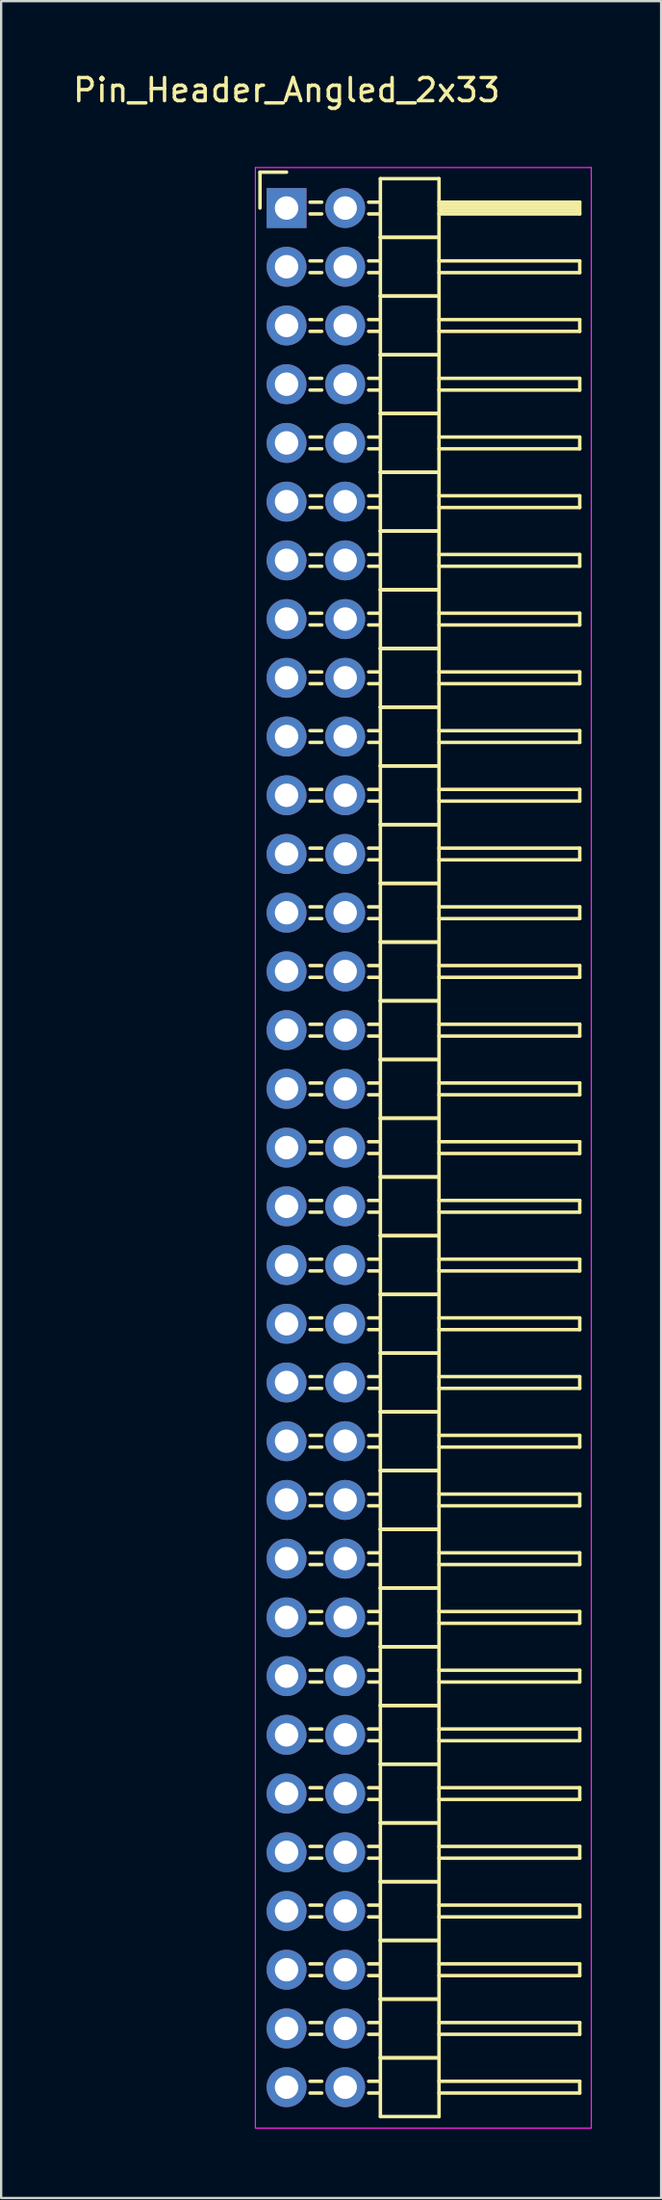
<source format=kicad_pcb>
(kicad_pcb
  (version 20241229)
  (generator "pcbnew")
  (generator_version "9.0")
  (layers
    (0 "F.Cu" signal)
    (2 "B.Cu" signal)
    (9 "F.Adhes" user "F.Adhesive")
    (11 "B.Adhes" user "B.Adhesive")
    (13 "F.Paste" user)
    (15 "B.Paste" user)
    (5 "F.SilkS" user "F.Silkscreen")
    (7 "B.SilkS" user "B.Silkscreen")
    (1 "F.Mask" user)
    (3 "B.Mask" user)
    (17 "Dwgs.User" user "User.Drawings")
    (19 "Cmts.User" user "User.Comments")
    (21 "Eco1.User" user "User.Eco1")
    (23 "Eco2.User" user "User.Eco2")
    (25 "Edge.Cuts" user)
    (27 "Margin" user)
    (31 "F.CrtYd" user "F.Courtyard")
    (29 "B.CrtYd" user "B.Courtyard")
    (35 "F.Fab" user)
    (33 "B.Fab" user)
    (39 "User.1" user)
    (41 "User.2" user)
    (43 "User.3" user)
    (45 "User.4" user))
  (footprint "Pin_Header_Angled_2x33"
    (layer "F.Cu")
    (at 9.363 5.948)
    (property "Reference" "Pin_Header_Angled_2x33" (at 0 -5.1 0) (layer "F.SilkS") (effects (font (size 1 1) (thickness 0.15))))
    (attr through_hole)
    (fp_line (start -1.15 -1.55) (end -1.15 0) (stroke (width 0.15) (type solid)) (layer "F.SilkS"))
    (fp_line (start 0 -1.55) (end -1.15 -1.55) (stroke (width 0.15) (type solid)) (layer "F.SilkS"))
    (fp_line (start 1.524 -0.254) (end 1.016 -0.254) (stroke (width 0.15) (type solid)) (layer "F.SilkS"))
    (fp_line (start 1.524 0.254) (end 1.016 0.254) (stroke (width 0.15) (type solid)) (layer "F.SilkS"))
    (fp_line (start 1.524 2.286) (end 1.016 2.286) (stroke (width 0.15) (type solid)) (layer "F.SilkS"))
    (fp_line (start 1.524 2.794) (end 1.016 2.794) (stroke (width 0.15) (type solid)) (layer "F.SilkS"))
    (fp_line (start 1.524 4.826) (end 1.016 4.826) (stroke (width 0.15) (type solid)) (layer "F.SilkS"))
    (fp_line (start 1.524 5.334) (end 1.016 5.334) (stroke (width 0.15) (type solid)) (layer "F.SilkS"))
    (fp_line (start 1.524 7.366) (end 1.016 7.366) (stroke (width 0.15) (type solid)) (layer "F.SilkS"))
    (fp_line (start 1.524 7.874) (end 1.016 7.874) (stroke (width 0.15) (type solid)) (layer "F.SilkS"))
    (fp_line (start 1.524 9.906) (end 1.016 9.906) (stroke (width 0.15) (type solid)) (layer "F.SilkS"))
    (fp_line (start 1.524 10.414) (end 1.016 10.414) (stroke (width 0.15) (type solid)) (layer "F.SilkS"))
    (fp_line (start 1.524 12.446) (end 1.016 12.446) (stroke (width 0.15) (type solid)) (layer "F.SilkS"))
    (fp_line (start 1.524 12.954) (end 1.016 12.954) (stroke (width 0.15) (type solid)) (layer "F.SilkS"))
    (fp_line (start 1.524 14.986) (end 1.016 14.986) (stroke (width 0.15) (type solid)) (layer "F.SilkS"))
    (fp_line (start 1.524 15.494) (end 1.016 15.494) (stroke (width 0.15) (type solid)) (layer "F.SilkS"))
    (fp_line (start 1.524 17.526) (end 1.016 17.526) (stroke (width 0.15) (type solid)) (layer "F.SilkS"))
    (fp_line (start 1.524 18.034) (end 1.016 18.034) (stroke (width 0.15) (type solid)) (layer "F.SilkS"))
    (fp_line (start 1.524 20.066) (end 1.016 20.066) (stroke (width 0.15) (type solid)) (layer "F.SilkS"))
    (fp_line (start 1.524 20.574) (end 1.016 20.574) (stroke (width 0.15) (type solid)) (layer "F.SilkS"))
    (fp_line (start 1.524 22.606) (end 1.016 22.606) (stroke (width 0.15) (type solid)) (layer "F.SilkS"))
    (fp_line (start 1.524 23.114) (end 1.016 23.114) (stroke (width 0.15) (type solid)) (layer "F.SilkS"))
    (fp_line (start 1.524 25.146) (end 1.016 25.146) (stroke (width 0.15) (type solid)) (layer "F.SilkS"))
    (fp_line (start 1.524 25.654) (end 1.016 25.654) (stroke (width 0.15) (type solid)) (layer "F.SilkS"))
    (fp_line (start 1.524 27.686) (end 1.016 27.686) (stroke (width 0.15) (type solid)) (layer "F.SilkS"))
    (fp_line (start 1.524 28.194) (end 1.016 28.194) (stroke (width 0.15) (type solid)) (layer "F.SilkS"))
    (fp_line (start 1.524 30.226) (end 1.016 30.226) (stroke (width 0.15) (type solid)) (layer "F.SilkS"))
    (fp_line (start 1.524 30.734) (end 1.016 30.734) (stroke (width 0.15) (type solid)) (layer "F.SilkS"))
    (fp_line (start 1.524 32.766) (end 1.016 32.766) (stroke (width 0.15) (type solid)) (layer "F.SilkS"))
    (fp_line (start 1.524 33.274) (end 1.016 33.274) (stroke (width 0.15) (type solid)) (layer "F.SilkS"))
    (fp_line (start 1.524 35.306) (end 1.016 35.306) (stroke (width 0.15) (type solid)) (layer "F.SilkS"))
    (fp_line (start 1.524 35.814) (end 1.016 35.814) (stroke (width 0.15) (type solid)) (layer "F.SilkS"))
    (fp_line (start 1.524 37.846) (end 1.016 37.846) (stroke (width 0.15) (type solid)) (layer "F.SilkS"))
    (fp_line (start 1.524 38.354) (end 1.016 38.354) (stroke (width 0.15) (type solid)) (layer "F.SilkS"))
    (fp_line (start 1.524 40.386) (end 1.016 40.386) (stroke (width 0.15) (type solid)) (layer "F.SilkS"))
    (fp_line (start 1.524 40.894) (end 1.016 40.894) (stroke (width 0.15) (type solid)) (layer "F.SilkS"))
    (fp_line (start 1.524 42.926) (end 1.016 42.926) (stroke (width 0.15) (type solid)) (layer "F.SilkS"))
    (fp_line (start 1.524 43.434) (end 1.016 43.434) (stroke (width 0.15) (type solid)) (layer "F.SilkS"))
    (fp_line (start 1.524 45.466) (end 1.016 45.466) (stroke (width 0.15) (type solid)) (layer "F.SilkS"))
    (fp_line (start 1.524 45.974) (end 1.016 45.974) (stroke (width 0.15) (type solid)) (layer "F.SilkS"))
    (fp_line (start 1.524 48.006) (end 1.016 48.006) (stroke (width 0.15) (type solid)) (layer "F.SilkS"))
    (fp_line (start 1.524 48.514) (end 1.016 48.514) (stroke (width 0.15) (type solid)) (layer "F.SilkS"))
    (fp_line (start 1.524 50.546) (end 1.016 50.546) (stroke (width 0.15) (type solid)) (layer "F.SilkS"))
    (fp_line (start 1.524 51.054) (end 1.016 51.054) (stroke (width 0.15) (type solid)) (layer "F.SilkS"))
    (fp_line (start 1.524 53.086) (end 1.016 53.086) (stroke (width 0.15) (type solid)) (layer "F.SilkS"))
    (fp_line (start 1.524 53.594) (end 1.016 53.594) (stroke (width 0.15) (type solid)) (layer "F.SilkS"))
    (fp_line (start 1.524 55.626) (end 1.016 55.626) (stroke (width 0.15) (type solid)) (layer "F.SilkS"))
    (fp_line (start 1.524 56.134) (end 1.016 56.134) (stroke (width 0.15) (type solid)) (layer "F.SilkS"))
    (fp_line (start 1.524 58.166) (end 1.016 58.166) (stroke (width 0.15) (type solid)) (layer "F.SilkS"))
    (fp_line (start 1.524 58.674) (end 1.016 58.674) (stroke (width 0.15) (type solid)) (layer "F.SilkS"))
    (fp_line (start 1.524 60.706) (end 1.016 60.706) (stroke (width 0.15) (type solid)) (layer "F.SilkS"))
    (fp_line (start 1.524 61.214) (end 1.016 61.214) (stroke (width 0.15) (type solid)) (layer "F.SilkS"))
    (fp_line (start 1.524 63.246) (end 1.016 63.246) (stroke (width 0.15) (type solid)) (layer "F.SilkS"))
    (fp_line (start 1.524 63.754) (end 1.016 63.754) (stroke (width 0.15) (type solid)) (layer "F.SilkS"))
    (fp_line (start 1.524 65.786) (end 1.016 65.786) (stroke (width 0.15) (type solid)) (layer "F.SilkS"))
    (fp_line (start 1.524 66.294) (end 1.016 66.294) (stroke (width 0.15) (type solid)) (layer "F.SilkS"))
    (fp_line (start 1.524 68.326) (end 1.016 68.326) (stroke (width 0.15) (type solid)) (layer "F.SilkS"))
    (fp_line (start 1.524 68.834) (end 1.016 68.834) (stroke (width 0.15) (type solid)) (layer "F.SilkS"))
    (fp_line (start 1.524 70.866) (end 1.016 70.866) (stroke (width 0.15) (type solid)) (layer "F.SilkS"))
    (fp_line (start 1.524 71.374) (end 1.016 71.374) (stroke (width 0.15) (type solid)) (layer "F.SilkS"))
    (fp_line (start 1.524 73.406) (end 1.016 73.406) (stroke (width 0.15) (type solid)) (layer "F.SilkS"))
    (fp_line (start 1.524 73.914) (end 1.016 73.914) (stroke (width 0.15) (type solid)) (layer "F.SilkS"))
    (fp_line (start 1.524 75.946) (end 1.016 75.946) (stroke (width 0.15) (type solid)) (layer "F.SilkS"))
    (fp_line (start 1.524 76.454) (end 1.016 76.454) (stroke (width 0.15) (type solid)) (layer "F.SilkS"))
    (fp_line (start 1.524 78.486) (end 1.016 78.486) (stroke (width 0.15) (type solid)) (layer "F.SilkS"))
    (fp_line (start 1.524 78.994) (end 1.016 78.994) (stroke (width 0.15) (type solid)) (layer "F.SilkS"))
    (fp_line (start 1.524 81.026) (end 1.016 81.026) (stroke (width 0.15) (type solid)) (layer "F.SilkS"))
    (fp_line (start 1.524 81.534) (end 1.016 81.534) (stroke (width 0.15) (type solid)) (layer "F.SilkS"))
    (fp_line (start 4.064 -1.27) (end 4.064 1.27) (stroke (width 0.15) (type solid)) (layer "F.SilkS"))
    (fp_line (start 4.064 -1.27) (end 6.604 -1.27) (stroke (width 0.15) (type solid)) (layer "F.SilkS"))
    (fp_line (start 4.064 -0.254) (end 3.556 -0.254) (stroke (width 0.15) (type solid)) (layer "F.SilkS"))
    (fp_line (start 4.064 0.254) (end 3.556 0.254) (stroke (width 0.15) (type solid)) (layer "F.SilkS"))
    (fp_line (start 4.064 1.27) (end 4.064 3.81) (stroke (width 0.15) (type solid)) (layer "F.SilkS"))
    (fp_line (start 4.064 1.27) (end 6.604 1.27) (stroke (width 0.15) (type solid)) (layer "F.SilkS"))
    (fp_line (start 4.064 1.27) (end 6.604 1.27) (stroke (width 0.15) (type solid)) (layer "F.SilkS"))
    (fp_line (start 4.064 2.286) (end 3.556 2.286) (stroke (width 0.15) (type solid)) (layer "F.SilkS"))
    (fp_line (start 4.064 2.794) (end 3.556 2.794) (stroke (width 0.15) (type solid)) (layer "F.SilkS"))
    (fp_line (start 4.064 3.81) (end 4.064 6.35) (stroke (width 0.15) (type solid)) (layer "F.SilkS"))
    (fp_line (start 4.064 3.81) (end 6.604 3.81) (stroke (width 0.15) (type solid)) (layer "F.SilkS"))
    (fp_line (start 4.064 3.81) (end 6.604 3.81) (stroke (width 0.15) (type solid)) (layer "F.SilkS"))
    (fp_line (start 4.064 4.826) (end 3.556 4.826) (stroke (width 0.15) (type solid)) (layer "F.SilkS"))
    (fp_line (start 4.064 5.334) (end 3.556 5.334) (stroke (width 0.15) (type solid)) (layer "F.SilkS"))
    (fp_line (start 4.064 6.35) (end 4.064 8.89) (stroke (width 0.15) (type solid)) (layer "F.SilkS"))
    (fp_line (start 4.064 6.35) (end 6.604 6.35) (stroke (width 0.15) (type solid)) (layer "F.SilkS"))
    (fp_line (start 4.064 6.35) (end 6.604 6.35) (stroke (width 0.15) (type solid)) (layer "F.SilkS"))
    (fp_line (start 4.064 7.366) (end 3.556 7.366) (stroke (width 0.15) (type solid)) (layer "F.SilkS"))
    (fp_line (start 4.064 7.874) (end 3.556 7.874) (stroke (width 0.15) (type solid)) (layer "F.SilkS"))
    (fp_line (start 4.064 8.89) (end 4.064 11.43) (stroke (width 0.15) (type solid)) (layer "F.SilkS"))
    (fp_line (start 4.064 8.89) (end 6.604 8.89) (stroke (width 0.15) (type solid)) (layer "F.SilkS"))
    (fp_line (start 4.064 8.89) (end 6.604 8.89) (stroke (width 0.15) (type solid)) (layer "F.SilkS"))
    (fp_line (start 4.064 9.906) (end 3.556 9.906) (stroke (width 0.15) (type solid)) (layer "F.SilkS"))
    (fp_line (start 4.064 10.414) (end 3.556 10.414) (stroke (width 0.15) (type solid)) (layer "F.SilkS"))
    (fp_line (start 4.064 11.43) (end 4.064 13.97) (stroke (width 0.15) (type solid)) (layer "F.SilkS"))
    (fp_line (start 4.064 11.43) (end 6.604 11.43) (stroke (width 0.15) (type solid)) (layer "F.SilkS"))
    (fp_line (start 4.064 11.43) (end 6.604 11.43) (stroke (width 0.15) (type solid)) (layer "F.SilkS"))
    (fp_line (start 4.064 12.446) (end 3.556 12.446) (stroke (width 0.15) (type solid)) (layer "F.SilkS"))
    (fp_line (start 4.064 12.954) (end 3.556 12.954) (stroke (width 0.15) (type solid)) (layer "F.SilkS"))
    (fp_line (start 4.064 13.97) (end 4.064 16.51) (stroke (width 0.15) (type solid)) (layer "F.SilkS"))
    (fp_line (start 4.064 13.97) (end 6.604 13.97) (stroke (width 0.15) (type solid)) (layer "F.SilkS"))
    (fp_line (start 4.064 13.97) (end 6.604 13.97) (stroke (width 0.15) (type solid)) (layer "F.SilkS"))
    (fp_line (start 4.064 14.986) (end 3.556 14.986) (stroke (width 0.15) (type solid)) (layer "F.SilkS"))
    (fp_line (start 4.064 15.494) (end 3.556 15.494) (stroke (width 0.15) (type solid)) (layer "F.SilkS"))
    (fp_line (start 4.064 16.51) (end 4.064 19.05) (stroke (width 0.15) (type solid)) (layer "F.SilkS"))
    (fp_line (start 4.064 16.51) (end 6.604 16.51) (stroke (width 0.15) (type solid)) (layer "F.SilkS"))
    (fp_line (start 4.064 16.51) (end 6.604 16.51) (stroke (width 0.15) (type solid)) (layer "F.SilkS"))
    (fp_line (start 4.064 17.526) (end 3.556 17.526) (stroke (width 0.15) (type solid)) (layer "F.SilkS"))
    (fp_line (start 4.064 18.034) (end 3.556 18.034) (stroke (width 0.15) (type solid)) (layer "F.SilkS"))
    (fp_line (start 4.064 19.05) (end 4.064 21.59) (stroke (width 0.15) (type solid)) (layer "F.SilkS"))
    (fp_line (start 4.064 19.05) (end 6.604 19.05) (stroke (width 0.15) (type solid)) (layer "F.SilkS"))
    (fp_line (start 4.064 19.05) (end 6.604 19.05) (stroke (width 0.15) (type solid)) (layer "F.SilkS"))
    (fp_line (start 4.064 20.066) (end 3.556 20.066) (stroke (width 0.15) (type solid)) (layer "F.SilkS"))
    (fp_line (start 4.064 20.574) (end 3.556 20.574) (stroke (width 0.15) (type solid)) (layer "F.SilkS"))
    (fp_line (start 4.064 21.59) (end 4.064 24.13) (stroke (width 0.15) (type solid)) (layer "F.SilkS"))
    (fp_line (start 4.064 21.59) (end 6.604 21.59) (stroke (width 0.15) (type solid)) (layer "F.SilkS"))
    (fp_line (start 4.064 21.59) (end 6.604 21.59) (stroke (width 0.15) (type solid)) (layer "F.SilkS"))
    (fp_line (start 4.064 22.606) (end 3.556 22.606) (stroke (width 0.15) (type solid)) (layer "F.SilkS"))
    (fp_line (start 4.064 23.114) (end 3.556 23.114) (stroke (width 0.15) (type solid)) (layer "F.SilkS"))
    (fp_line (start 4.064 24.13) (end 4.064 26.67) (stroke (width 0.15) (type solid)) (layer "F.SilkS"))
    (fp_line (start 4.064 24.13) (end 6.604 24.13) (stroke (width 0.15) (type solid)) (layer "F.SilkS"))
    (fp_line (start 4.064 24.13) (end 6.604 24.13) (stroke (width 0.15) (type solid)) (layer "F.SilkS"))
    (fp_line (start 4.064 25.146) (end 3.556 25.146) (stroke (width 0.15) (type solid)) (layer "F.SilkS"))
    (fp_line (start 4.064 25.654) (end 3.556 25.654) (stroke (width 0.15) (type solid)) (layer "F.SilkS"))
    (fp_line (start 4.064 26.67) (end 4.064 29.21) (stroke (width 0.15) (type solid)) (layer "F.SilkS"))
    (fp_line (start 4.064 26.67) (end 6.604 26.67) (stroke (width 0.15) (type solid)) (layer "F.SilkS"))
    (fp_line (start 4.064 26.67) (end 6.604 26.67) (stroke (width 0.15) (type solid)) (layer "F.SilkS"))
    (fp_line (start 4.064 27.686) (end 3.556 27.686) (stroke (width 0.15) (type solid)) (layer "F.SilkS"))
    (fp_line (start 4.064 28.194) (end 3.556 28.194) (stroke (width 0.15) (type solid)) (layer "F.SilkS"))
    (fp_line (start 4.064 29.21) (end 4.064 31.75) (stroke (width 0.15) (type solid)) (layer "F.SilkS"))
    (fp_line (start 4.064 29.21) (end 6.604 29.21) (stroke (width 0.15) (type solid)) (layer "F.SilkS"))
    (fp_line (start 4.064 29.21) (end 6.604 29.21) (stroke (width 0.15) (type solid)) (layer "F.SilkS"))
    (fp_line (start 4.064 30.226) (end 3.556 30.226) (stroke (width 0.15) (type solid)) (layer "F.SilkS"))
    (fp_line (start 4.064 30.734) (end 3.556 30.734) (stroke (width 0.15) (type solid)) (layer "F.SilkS"))
    (fp_line (start 4.064 31.75) (end 4.064 34.29) (stroke (width 0.15) (type solid)) (layer "F.SilkS"))
    (fp_line (start 4.064 31.75) (end 6.604 31.75) (stroke (width 0.15) (type solid)) (layer "F.SilkS"))
    (fp_line (start 4.064 31.75) (end 6.604 31.75) (stroke (width 0.15) (type solid)) (layer "F.SilkS"))
    (fp_line (start 4.064 32.766) (end 3.556 32.766) (stroke (width 0.15) (type solid)) (layer "F.SilkS"))
    (fp_line (start 4.064 33.274) (end 3.556 33.274) (stroke (width 0.15) (type solid)) (layer "F.SilkS"))
    (fp_line (start 4.064 34.29) (end 4.064 36.83) (stroke (width 0.15) (type solid)) (layer "F.SilkS"))
    (fp_line (start 4.064 34.29) (end 6.604 34.29) (stroke (width 0.15) (type solid)) (layer "F.SilkS"))
    (fp_line (start 4.064 34.29) (end 6.604 34.29) (stroke (width 0.15) (type solid)) (layer "F.SilkS"))
    (fp_line (start 4.064 35.306) (end 3.556 35.306) (stroke (width 0.15) (type solid)) (layer "F.SilkS"))
    (fp_line (start 4.064 35.814) (end 3.556 35.814) (stroke (width 0.15) (type solid)) (layer "F.SilkS"))
    (fp_line (start 4.064 36.83) (end 4.064 39.37) (stroke (width 0.15) (type solid)) (layer "F.SilkS"))
    (fp_line (start 4.064 36.83) (end 6.604 36.83) (stroke (width 0.15) (type solid)) (layer "F.SilkS"))
    (fp_line (start 4.064 36.83) (end 6.604 36.83) (stroke (width 0.15) (type solid)) (layer "F.SilkS"))
    (fp_line (start 4.064 37.846) (end 3.556 37.846) (stroke (width 0.15) (type solid)) (layer "F.SilkS"))
    (fp_line (start 4.064 38.354) (end 3.556 38.354) (stroke (width 0.15) (type solid)) (layer "F.SilkS"))
    (fp_line (start 4.064 39.37) (end 4.064 41.91) (stroke (width 0.15) (type solid)) (layer "F.SilkS"))
    (fp_line (start 4.064 39.37) (end 6.604 39.37) (stroke (width 0.15) (type solid)) (layer "F.SilkS"))
    (fp_line (start 4.064 39.37) (end 6.604 39.37) (stroke (width 0.15) (type solid)) (layer "F.SilkS"))
    (fp_line (start 4.064 40.386) (end 3.556 40.386) (stroke (width 0.15) (type solid)) (layer "F.SilkS"))
    (fp_line (start 4.064 40.894) (end 3.556 40.894) (stroke (width 0.15) (type solid)) (layer "F.SilkS"))
    (fp_line (start 4.064 41.91) (end 4.064 44.45) (stroke (width 0.15) (type solid)) (layer "F.SilkS"))
    (fp_line (start 4.064 41.91) (end 6.604 41.91) (stroke (width 0.15) (type solid)) (layer "F.SilkS"))
    (fp_line (start 4.064 41.91) (end 6.604 41.91) (stroke (width 0.15) (type solid)) (layer "F.SilkS"))
    (fp_line (start 4.064 42.926) (end 3.556 42.926) (stroke (width 0.15) (type solid)) (layer "F.SilkS"))
    (fp_line (start 4.064 43.434) (end 3.556 43.434) (stroke (width 0.15) (type solid)) (layer "F.SilkS"))
    (fp_line (start 4.064 44.45) (end 4.064 46.99) (stroke (width 0.15) (type solid)) (layer "F.SilkS"))
    (fp_line (start 4.064 44.45) (end 6.604 44.45) (stroke (width 0.15) (type solid)) (layer "F.SilkS"))
    (fp_line (start 4.064 44.45) (end 6.604 44.45) (stroke (width 0.15) (type solid)) (layer "F.SilkS"))
    (fp_line (start 4.064 45.466) (end 3.556 45.466) (stroke (width 0.15) (type solid)) (layer "F.SilkS"))
    (fp_line (start 4.064 45.974) (end 3.556 45.974) (stroke (width 0.15) (type solid)) (layer "F.SilkS"))
    (fp_line (start 4.064 46.99) (end 4.064 49.53) (stroke (width 0.15) (type solid)) (layer "F.SilkS"))
    (fp_line (start 4.064 46.99) (end 6.604 46.99) (stroke (width 0.15) (type solid)) (layer "F.SilkS"))
    (fp_line (start 4.064 46.99) (end 6.604 46.99) (stroke (width 0.15) (type solid)) (layer "F.SilkS"))
    (fp_line (start 4.064 48.006) (end 3.556 48.006) (stroke (width 0.15) (type solid)) (layer "F.SilkS"))
    (fp_line (start 4.064 48.514) (end 3.556 48.514) (stroke (width 0.15) (type solid)) (layer "F.SilkS"))
    (fp_line (start 4.064 49.53) (end 4.064 52.07) (stroke (width 0.15) (type solid)) (layer "F.SilkS"))
    (fp_line (start 4.064 49.53) (end 6.604 49.53) (stroke (width 0.15) (type solid)) (layer "F.SilkS"))
    (fp_line (start 4.064 49.53) (end 6.604 49.53) (stroke (width 0.15) (type solid)) (layer "F.SilkS"))
    (fp_line (start 4.064 50.546) (end 3.556 50.546) (stroke (width 0.15) (type solid)) (layer "F.SilkS"))
    (fp_line (start 4.064 51.054) (end 3.556 51.054) (stroke (width 0.15) (type solid)) (layer "F.SilkS"))
    (fp_line (start 4.064 52.07) (end 4.064 54.61) (stroke (width 0.15) (type solid)) (layer "F.SilkS"))
    (fp_line (start 4.064 52.07) (end 6.604 52.07) (stroke (width 0.15) (type solid)) (layer "F.SilkS"))
    (fp_line (start 4.064 52.07) (end 6.604 52.07) (stroke (width 0.15) (type solid)) (layer "F.SilkS"))
    (fp_line (start 4.064 53.086) (end 3.556 53.086) (stroke (width 0.15) (type solid)) (layer "F.SilkS"))
    (fp_line (start 4.064 53.594) (end 3.556 53.594) (stroke (width 0.15) (type solid)) (layer "F.SilkS"))
    (fp_line (start 4.064 54.61) (end 4.064 57.15) (stroke (width 0.15) (type solid)) (layer "F.SilkS"))
    (fp_line (start 4.064 54.61) (end 6.604 54.61) (stroke (width 0.15) (type solid)) (layer "F.SilkS"))
    (fp_line (start 4.064 54.61) (end 6.604 54.61) (stroke (width 0.15) (type solid)) (layer "F.SilkS"))
    (fp_line (start 4.064 55.626) (end 3.556 55.626) (stroke (width 0.15) (type solid)) (layer "F.SilkS"))
    (fp_line (start 4.064 56.134) (end 3.556 56.134) (stroke (width 0.15) (type solid)) (layer "F.SilkS"))
    (fp_line (start 4.064 57.15) (end 4.064 59.69) (stroke (width 0.15) (type solid)) (layer "F.SilkS"))
    (fp_line (start 4.064 57.15) (end 6.604 57.15) (stroke (width 0.15) (type solid)) (layer "F.SilkS"))
    (fp_line (start 4.064 57.15) (end 6.604 57.15) (stroke (width 0.15) (type solid)) (layer "F.SilkS"))
    (fp_line (start 4.064 58.166) (end 3.556 58.166) (stroke (width 0.15) (type solid)) (layer "F.SilkS"))
    (fp_line (start 4.064 58.674) (end 3.556 58.674) (stroke (width 0.15) (type solid)) (layer "F.SilkS"))
    (fp_line (start 4.064 59.69) (end 4.064 62.23) (stroke (width 0.15) (type solid)) (layer "F.SilkS"))
    (fp_line (start 4.064 59.69) (end 6.604 59.69) (stroke (width 0.15) (type solid)) (layer "F.SilkS"))
    (fp_line (start 4.064 59.69) (end 6.604 59.69) (stroke (width 0.15) (type solid)) (layer "F.SilkS"))
    (fp_line (start 4.064 60.706) (end 3.556 60.706) (stroke (width 0.15) (type solid)) (layer "F.SilkS"))
    (fp_line (start 4.064 61.214) (end 3.556 61.214) (stroke (width 0.15) (type solid)) (layer "F.SilkS"))
    (fp_line (start 4.064 62.23) (end 4.064 64.77) (stroke (width 0.15) (type solid)) (layer "F.SilkS"))
    (fp_line (start 4.064 62.23) (end 6.604 62.23) (stroke (width 0.15) (type solid)) (layer "F.SilkS"))
    (fp_line (start 4.064 62.23) (end 6.604 62.23) (stroke (width 0.15) (type solid)) (layer "F.SilkS"))
    (fp_line (start 4.064 63.246) (end 3.556 63.246) (stroke (width 0.15) (type solid)) (layer "F.SilkS"))
    (fp_line (start 4.064 63.754) (end 3.556 63.754) (stroke (width 0.15) (type solid)) (layer "F.SilkS"))
    (fp_line (start 4.064 64.77) (end 4.064 67.31) (stroke (width 0.15) (type solid)) (layer "F.SilkS"))
    (fp_line (start 4.064 64.77) (end 6.604 64.77) (stroke (width 0.15) (type solid)) (layer "F.SilkS"))
    (fp_line (start 4.064 64.77) (end 6.604 64.77) (stroke (width 0.15) (type solid)) (layer "F.SilkS"))
    (fp_line (start 4.064 65.786) (end 3.556 65.786) (stroke (width 0.15) (type solid)) (layer "F.SilkS"))
    (fp_line (start 4.064 66.294) (end 3.556 66.294) (stroke (width 0.15) (type solid)) (layer "F.SilkS"))
    (fp_line (start 4.064 67.31) (end 4.064 69.85) (stroke (width 0.15) (type solid)) (layer "F.SilkS"))
    (fp_line (start 4.064 67.31) (end 6.604 67.31) (stroke (width 0.15) (type solid)) (layer "F.SilkS"))
    (fp_line (start 4.064 67.31) (end 6.604 67.31) (stroke (width 0.15) (type solid)) (layer "F.SilkS"))
    (fp_line (start 4.064 68.326) (end 3.556 68.326) (stroke (width 0.15) (type solid)) (layer "F.SilkS"))
    (fp_line (start 4.064 68.834) (end 3.556 68.834) (stroke (width 0.15) (type solid)) (layer "F.SilkS"))
    (fp_line (start 4.064 69.85) (end 4.064 72.39) (stroke (width 0.15) (type solid)) (layer "F.SilkS"))
    (fp_line (start 4.064 69.85) (end 6.604 69.85) (stroke (width 0.15) (type solid)) (layer "F.SilkS"))
    (fp_line (start 4.064 69.85) (end 6.604 69.85) (stroke (width 0.15) (type solid)) (layer "F.SilkS"))
    (fp_line (start 4.064 70.866) (end 3.556 70.866) (stroke (width 0.15) (type solid)) (layer "F.SilkS"))
    (fp_line (start 4.064 71.374) (end 3.556 71.374) (stroke (width 0.15) (type solid)) (layer "F.SilkS"))
    (fp_line (start 4.064 72.39) (end 4.064 74.93) (stroke (width 0.15) (type solid)) (layer "F.SilkS"))
    (fp_line (start 4.064 72.39) (end 6.604 72.39) (stroke (width 0.15) (type solid)) (layer "F.SilkS"))
    (fp_line (start 4.064 72.39) (end 6.604 72.39) (stroke (width 0.15) (type solid)) (layer "F.SilkS"))
    (fp_line (start 4.064 73.406) (end 3.556 73.406) (stroke (width 0.15) (type solid)) (layer "F.SilkS"))
    (fp_line (start 4.064 73.914) (end 3.556 73.914) (stroke (width 0.15) (type solid)) (layer "F.SilkS"))
    (fp_line (start 4.064 74.93) (end 4.064 77.47) (stroke (width 0.15) (type solid)) (layer "F.SilkS"))
    (fp_line (start 4.064 74.93) (end 6.604 74.93) (stroke (width 0.15) (type solid)) (layer "F.SilkS"))
    (fp_line (start 4.064 74.93) (end 6.604 74.93) (stroke (width 0.15) (type solid)) (layer "F.SilkS"))
    (fp_line (start 4.064 75.946) (end 3.556 75.946) (stroke (width 0.15) (type solid)) (layer "F.SilkS"))
    (fp_line (start 4.064 76.454) (end 3.556 76.454) (stroke (width 0.15) (type solid)) (layer "F.SilkS"))
    (fp_line (start 4.064 77.47) (end 4.064 80.01) (stroke (width 0.15) (type solid)) (layer "F.SilkS"))
    (fp_line (start 4.064 77.47) (end 6.604 77.47) (stroke (width 0.15) (type solid)) (layer "F.SilkS"))
    (fp_line (start 4.064 77.47) (end 6.604 77.47) (stroke (width 0.15) (type solid)) (layer "F.SilkS"))
    (fp_line (start 4.064 78.486) (end 3.556 78.486) (stroke (width 0.15) (type solid)) (layer "F.SilkS"))
    (fp_line (start 4.064 78.994) (end 3.556 78.994) (stroke (width 0.15) (type solid)) (layer "F.SilkS"))
    (fp_line (start 4.064 80.01) (end 4.064 82.55) (stroke (width 0.15) (type solid)) (layer "F.SilkS"))
    (fp_line (start 4.064 80.01) (end 6.604 80.01) (stroke (width 0.15) (type solid)) (layer "F.SilkS"))
    (fp_line (start 4.064 80.01) (end 6.604 80.01) (stroke (width 0.15) (type solid)) (layer "F.SilkS"))
    (fp_line (start 4.064 81.026) (end 3.556 81.026) (stroke (width 0.15) (type solid)) (layer "F.SilkS"))
    (fp_line (start 4.064 81.534) (end 3.556 81.534) (stroke (width 0.15) (type solid)) (layer "F.SilkS"))
    (fp_line (start 4.064 82.55) (end 6.604 82.55) (stroke (width 0.15) (type solid)) (layer "F.SilkS"))
    (fp_line (start 6.604 -0.254) (end 12.7 -0.254) (stroke (width 0.15) (type solid)) (layer "F.SilkS"))
    (fp_line (start 6.604 -0.127) (end 12.573 -0.127) (stroke (width 0.15) (type solid)) (layer "F.SilkS"))
    (fp_line (start 6.604 1.27) (end 6.604 -1.27) (stroke (width 0.15) (type solid)) (layer "F.SilkS"))
    (fp_line (start 6.604 2.286) (end 12.7 2.286) (stroke (width 0.15) (type solid)) (layer "F.SilkS"))
    (fp_line (start 6.604 3.81) (end 6.604 1.27) (stroke (width 0.15) (type solid)) (layer "F.SilkS"))
    (fp_line (start 6.604 4.826) (end 12.7 4.826) (stroke (width 0.15) (type solid)) (layer "F.SilkS"))
    (fp_line (start 6.604 6.35) (end 6.604 3.81) (stroke (width 0.15) (type solid)) (layer "F.SilkS"))
    (fp_line (start 6.604 7.366) (end 12.7 7.366) (stroke (width 0.15) (type solid)) (layer "F.SilkS"))
    (fp_line (start 6.604 8.89) (end 6.604 6.35) (stroke (width 0.15) (type solid)) (layer "F.SilkS"))
    (fp_line (start 6.604 9.906) (end 12.7 9.906) (stroke (width 0.15) (type solid)) (layer "F.SilkS"))
    (fp_line (start 6.604 11.43) (end 6.604 8.89) (stroke (width 0.15) (type solid)) (layer "F.SilkS"))
    (fp_line (start 6.604 12.446) (end 12.7 12.446) (stroke (width 0.15) (type solid)) (layer "F.SilkS"))
    (fp_line (start 6.604 13.97) (end 6.604 11.43) (stroke (width 0.15) (type solid)) (layer "F.SilkS"))
    (fp_line (start 6.604 14.986) (end 12.7 14.986) (stroke (width 0.15) (type solid)) (layer "F.SilkS"))
    (fp_line (start 6.604 16.51) (end 6.604 13.97) (stroke (width 0.15) (type solid)) (layer "F.SilkS"))
    (fp_line (start 6.604 17.526) (end 12.7 17.526) (stroke (width 0.15) (type solid)) (layer "F.SilkS"))
    (fp_line (start 6.604 19.05) (end 6.604 16.51) (stroke (width 0.15) (type solid)) (layer "F.SilkS"))
    (fp_line (start 6.604 20.066) (end 12.7 20.066) (stroke (width 0.15) (type solid)) (layer "F.SilkS"))
    (fp_line (start 6.604 21.59) (end 6.604 19.05) (stroke (width 0.15) (type solid)) (layer "F.SilkS"))
    (fp_line (start 6.604 22.606) (end 12.7 22.606) (stroke (width 0.15) (type solid)) (layer "F.SilkS"))
    (fp_line (start 6.604 24.13) (end 6.604 21.59) (stroke (width 0.15) (type solid)) (layer "F.SilkS"))
    (fp_line (start 6.604 25.146) (end 12.7 25.146) (stroke (width 0.15) (type solid)) (layer "F.SilkS"))
    (fp_line (start 6.604 26.67) (end 6.604 24.13) (stroke (width 0.15) (type solid)) (layer "F.SilkS"))
    (fp_line (start 6.604 27.686) (end 12.7 27.686) (stroke (width 0.15) (type solid)) (layer "F.SilkS"))
    (fp_line (start 6.604 29.21) (end 6.604 26.67) (stroke (width 0.15) (type solid)) (layer "F.SilkS"))
    (fp_line (start 6.604 30.226) (end 12.7 30.226) (stroke (width 0.15) (type solid)) (layer "F.SilkS"))
    (fp_line (start 6.604 31.75) (end 6.604 29.21) (stroke (width 0.15) (type solid)) (layer "F.SilkS"))
    (fp_line (start 6.604 32.766) (end 12.7 32.766) (stroke (width 0.15) (type solid)) (layer "F.SilkS"))
    (fp_line (start 6.604 34.29) (end 6.604 31.75) (stroke (width 0.15) (type solid)) (layer "F.SilkS"))
    (fp_line (start 6.604 35.306) (end 12.7 35.306) (stroke (width 0.15) (type solid)) (layer "F.SilkS"))
    (fp_line (start 6.604 36.83) (end 6.604 34.29) (stroke (width 0.15) (type solid)) (layer "F.SilkS"))
    (fp_line (start 6.604 37.846) (end 12.7 37.846) (stroke (width 0.15) (type solid)) (layer "F.SilkS"))
    (fp_line (start 6.604 39.37) (end 6.604 36.83) (stroke (width 0.15) (type solid)) (layer "F.SilkS"))
    (fp_line (start 6.604 40.386) (end 12.7 40.386) (stroke (width 0.15) (type solid)) (layer "F.SilkS"))
    (fp_line (start 6.604 41.91) (end 6.604 39.37) (stroke (width 0.15) (type solid)) (layer "F.SilkS"))
    (fp_line (start 6.604 42.926) (end 12.7 42.926) (stroke (width 0.15) (type solid)) (layer "F.SilkS"))
    (fp_line (start 6.604 44.45) (end 6.604 41.91) (stroke (width 0.15) (type solid)) (layer "F.SilkS"))
    (fp_line (start 6.604 45.466) (end 12.7 45.466) (stroke (width 0.15) (type solid)) (layer "F.SilkS"))
    (fp_line (start 6.604 46.99) (end 6.604 44.45) (stroke (width 0.15) (type solid)) (layer "F.SilkS"))
    (fp_line (start 6.604 48.006) (end 12.7 48.006) (stroke (width 0.15) (type solid)) (layer "F.SilkS"))
    (fp_line (start 6.604 49.53) (end 6.604 46.99) (stroke (width 0.15) (type solid)) (layer "F.SilkS"))
    (fp_line (start 6.604 50.546) (end 12.7 50.546) (stroke (width 0.15) (type solid)) (layer "F.SilkS"))
    (fp_line (start 6.604 52.07) (end 6.604 49.53) (stroke (width 0.15) (type solid)) (layer "F.SilkS"))
    (fp_line (start 6.604 53.086) (end 12.7 53.086) (stroke (width 0.15) (type solid)) (layer "F.SilkS"))
    (fp_line (start 6.604 54.61) (end 6.604 52.07) (stroke (width 0.15) (type solid)) (layer "F.SilkS"))
    (fp_line (start 6.604 55.626) (end 12.7 55.626) (stroke (width 0.15) (type solid)) (layer "F.SilkS"))
    (fp_line (start 6.604 57.15) (end 6.604 54.61) (stroke (width 0.15) (type solid)) (layer "F.SilkS"))
    (fp_line (start 6.604 58.166) (end 12.7 58.166) (stroke (width 0.15) (type solid)) (layer "F.SilkS"))
    (fp_line (start 6.604 59.69) (end 6.604 57.15) (stroke (width 0.15) (type solid)) (layer "F.SilkS"))
    (fp_line (start 6.604 60.706) (end 12.7 60.706) (stroke (width 0.15) (type solid)) (layer "F.SilkS"))
    (fp_line (start 6.604 62.23) (end 6.604 59.69) (stroke (width 0.15) (type solid)) (layer "F.SilkS"))
    (fp_line (start 6.604 63.246) (end 12.7 63.246) (stroke (width 0.15) (type solid)) (layer "F.SilkS"))
    (fp_line (start 6.604 64.77) (end 6.604 62.23) (stroke (width 0.15) (type solid)) (layer "F.SilkS"))
    (fp_line (start 6.604 65.786) (end 12.7 65.786) (stroke (width 0.15) (type solid)) (layer "F.SilkS"))
    (fp_line (start 6.604 67.31) (end 6.604 64.77) (stroke (width 0.15) (type solid)) (layer "F.SilkS"))
    (fp_line (start 6.604 68.326) (end 12.7 68.326) (stroke (width 0.15) (type solid)) (layer "F.SilkS"))
    (fp_line (start 6.604 69.85) (end 6.604 67.31) (stroke (width 0.15) (type solid)) (layer "F.SilkS"))
    (fp_line (start 6.604 70.866) (end 12.7 70.866) (stroke (width 0.15) (type solid)) (layer "F.SilkS"))
    (fp_line (start 6.604 72.39) (end 6.604 69.85) (stroke (width 0.15) (type solid)) (layer "F.SilkS"))
    (fp_line (start 6.604 73.406) (end 12.7 73.406) (stroke (width 0.15) (type solid)) (layer "F.SilkS"))
    (fp_line (start 6.604 74.93) (end 6.604 72.39) (stroke (width 0.15) (type solid)) (layer "F.SilkS"))
    (fp_line (start 6.604 75.946) (end 12.7 75.946) (stroke (width 0.15) (type solid)) (layer "F.SilkS"))
    (fp_line (start 6.604 77.47) (end 6.604 74.93) (stroke (width 0.15) (type solid)) (layer "F.SilkS"))
    (fp_line (start 6.604 78.486) (end 12.7 78.486) (stroke (width 0.15) (type solid)) (layer "F.SilkS"))
    (fp_line (start 6.604 80.01) (end 6.604 77.47) (stroke (width 0.15) (type solid)) (layer "F.SilkS"))
    (fp_line (start 6.604 81.026) (end 12.7 81.026) (stroke (width 0.15) (type solid)) (layer "F.SilkS"))
    (fp_line (start 6.604 82.55) (end 6.604 80.01) (stroke (width 0.15) (type solid)) (layer "F.SilkS"))
    (fp_line (start 6.731 0) (end 12.573 0) (stroke (width 0.15) (type solid)) (layer "F.SilkS"))
    (fp_line (start 6.731 0.127) (end 6.731 0) (stroke (width 0.15) (type solid)) (layer "F.SilkS"))
    (fp_line (start 12.573 -0.127) (end 12.573 0.127) (stroke (width 0.15) (type solid)) (layer "F.SilkS"))
    (fp_line (start 12.573 0.127) (end 6.731 0.127) (stroke (width 0.15) (type solid)) (layer "F.SilkS"))
    (fp_line (start 12.7 -0.254) (end 12.7 0.254) (stroke (width 0.15) (type solid)) (layer "F.SilkS"))
    (fp_line (start 12.7 0.254) (end 6.604 0.254) (stroke (width 0.15) (type solid)) (layer "F.SilkS"))
    (fp_line (start 12.7 2.286) (end 12.7 2.794) (stroke (width 0.15) (type solid)) (layer "F.SilkS"))
    (fp_line (start 12.7 2.794) (end 6.604 2.794) (stroke (width 0.15) (type solid)) (layer "F.SilkS"))
    (fp_line (start 12.7 4.826) (end 12.7 5.334) (stroke (width 0.15) (type solid)) (layer "F.SilkS"))
    (fp_line (start 12.7 5.334) (end 6.604 5.334) (stroke (width 0.15) (type solid)) (layer "F.SilkS"))
    (fp_line (start 12.7 7.366) (end 12.7 7.874) (stroke (width 0.15) (type solid)) (layer "F.SilkS"))
    (fp_line (start 12.7 7.874) (end 6.604 7.874) (stroke (width 0.15) (type solid)) (layer "F.SilkS"))
    (fp_line (start 12.7 9.906) (end 12.7 10.414) (stroke (width 0.15) (type solid)) (layer "F.SilkS"))
    (fp_line (start 12.7 10.414) (end 6.604 10.414) (stroke (width 0.15) (type solid)) (layer "F.SilkS"))
    (fp_line (start 12.7 12.446) (end 12.7 12.954) (stroke (width 0.15) (type solid)) (layer "F.SilkS"))
    (fp_line (start 12.7 12.954) (end 6.604 12.954) (stroke (width 0.15) (type solid)) (layer "F.SilkS"))
    (fp_line (start 12.7 14.986) (end 12.7 15.494) (stroke (width 0.15) (type solid)) (layer "F.SilkS"))
    (fp_line (start 12.7 15.494) (end 6.604 15.494) (stroke (width 0.15) (type solid)) (layer "F.SilkS"))
    (fp_line (start 12.7 17.526) (end 12.7 18.034) (stroke (width 0.15) (type solid)) (layer "F.SilkS"))
    (fp_line (start 12.7 18.034) (end 6.604 18.034) (stroke (width 0.15) (type solid)) (layer "F.SilkS"))
    (fp_line (start 12.7 20.066) (end 12.7 20.574) (stroke (width 0.15) (type solid)) (layer "F.SilkS"))
    (fp_line (start 12.7 20.574) (end 6.604 20.574) (stroke (width 0.15) (type solid)) (layer "F.SilkS"))
    (fp_line (start 12.7 22.606) (end 12.7 23.114) (stroke (width 0.15) (type solid)) (layer "F.SilkS"))
    (fp_line (start 12.7 23.114) (end 6.604 23.114) (stroke (width 0.15) (type solid)) (layer "F.SilkS"))
    (fp_line (start 12.7 25.146) (end 12.7 25.654) (stroke (width 0.15) (type solid)) (layer "F.SilkS"))
    (fp_line (start 12.7 25.654) (end 6.604 25.654) (stroke (width 0.15) (type solid)) (layer "F.SilkS"))
    (fp_line (start 12.7 27.686) (end 12.7 28.194) (stroke (width 0.15) (type solid)) (layer "F.SilkS"))
    (fp_line (start 12.7 28.194) (end 6.604 28.194) (stroke (width 0.15) (type solid)) (layer "F.SilkS"))
    (fp_line (start 12.7 30.226) (end 12.7 30.734) (stroke (width 0.15) (type solid)) (layer "F.SilkS"))
    (fp_line (start 12.7 30.734) (end 6.604 30.734) (stroke (width 0.15) (type solid)) (layer "F.SilkS"))
    (fp_line (start 12.7 32.766) (end 12.7 33.274) (stroke (width 0.15) (type solid)) (layer "F.SilkS"))
    (fp_line (start 12.7 33.274) (end 6.604 33.274) (stroke (width 0.15) (type solid)) (layer "F.SilkS"))
    (fp_line (start 12.7 35.306) (end 12.7 35.814) (stroke (width 0.15) (type solid)) (layer "F.SilkS"))
    (fp_line (start 12.7 35.814) (end 6.604 35.814) (stroke (width 0.15) (type solid)) (layer "F.SilkS"))
    (fp_line (start 12.7 37.846) (end 12.7 38.354) (stroke (width 0.15) (type solid)) (layer "F.SilkS"))
    (fp_line (start 12.7 38.354) (end 6.604 38.354) (stroke (width 0.15) (type solid)) (layer "F.SilkS"))
    (fp_line (start 12.7 40.386) (end 12.7 40.894) (stroke (width 0.15) (type solid)) (layer "F.SilkS"))
    (fp_line (start 12.7 40.894) (end 6.604 40.894) (stroke (width 0.15) (type solid)) (layer "F.SilkS"))
    (fp_line (start 12.7 42.926) (end 12.7 43.434) (stroke (width 0.15) (type solid)) (layer "F.SilkS"))
    (fp_line (start 12.7 43.434) (end 6.604 43.434) (stroke (width 0.15) (type solid)) (layer "F.SilkS"))
    (fp_line (start 12.7 45.466) (end 12.7 45.974) (stroke (width 0.15) (type solid)) (layer "F.SilkS"))
    (fp_line (start 12.7 45.974) (end 6.604 45.974) (stroke (width 0.15) (type solid)) (layer "F.SilkS"))
    (fp_line (start 12.7 48.006) (end 12.7 48.514) (stroke (width 0.15) (type solid)) (layer "F.SilkS"))
    (fp_line (start 12.7 48.514) (end 6.604 48.514) (stroke (width 0.15) (type solid)) (layer "F.SilkS"))
    (fp_line (start 12.7 50.546) (end 12.7 51.054) (stroke (width 0.15) (type solid)) (layer "F.SilkS"))
    (fp_line (start 12.7 51.054) (end 6.604 51.054) (stroke (width 0.15) (type solid)) (layer "F.SilkS"))
    (fp_line (start 12.7 53.086) (end 12.7 53.594) (stroke (width 0.15) (type solid)) (layer "F.SilkS"))
    (fp_line (start 12.7 53.594) (end 6.604 53.594) (stroke (width 0.15) (type solid)) (layer "F.SilkS"))
    (fp_line (start 12.7 55.626) (end 12.7 56.134) (stroke (width 0.15) (type solid)) (layer "F.SilkS"))
    (fp_line (start 12.7 56.134) (end 6.604 56.134) (stroke (width 0.15) (type solid)) (layer "F.SilkS"))
    (fp_line (start 12.7 58.166) (end 12.7 58.674) (stroke (width 0.15) (type solid)) (layer "F.SilkS"))
    (fp_line (start 12.7 58.674) (end 6.604 58.674) (stroke (width 0.15) (type solid)) (layer "F.SilkS"))
    (fp_line (start 12.7 60.706) (end 12.7 61.214) (stroke (width 0.15) (type solid)) (layer "F.SilkS"))
    (fp_line (start 12.7 61.214) (end 6.604 61.214) (stroke (width 0.15) (type solid)) (layer "F.SilkS"))
    (fp_line (start 12.7 63.246) (end 12.7 63.754) (stroke (width 0.15) (type solid)) (layer "F.SilkS"))
    (fp_line (start 12.7 63.754) (end 6.604 63.754) (stroke (width 0.15) (type solid)) (layer "F.SilkS"))
    (fp_line (start 12.7 65.786) (end 12.7 66.294) (stroke (width 0.15) (type solid)) (layer "F.SilkS"))
    (fp_line (start 12.7 66.294) (end 6.604 66.294) (stroke (width 0.15) (type solid)) (layer "F.SilkS"))
    (fp_line (start 12.7 68.326) (end 12.7 68.834) (stroke (width 0.15) (type solid)) (layer "F.SilkS"))
    (fp_line (start 12.7 68.834) (end 6.604 68.834) (stroke (width 0.15) (type solid)) (layer "F.SilkS"))
    (fp_line (start 12.7 70.866) (end 12.7 71.374) (stroke (width 0.15) (type solid)) (layer "F.SilkS"))
    (fp_line (start 12.7 71.374) (end 6.604 71.374) (stroke (width 0.15) (type solid)) (layer "F.SilkS"))
    (fp_line (start 12.7 73.406) (end 12.7 73.914) (stroke (width 0.15) (type solid)) (layer "F.SilkS"))
    (fp_line (start 12.7 73.914) (end 6.604 73.914) (stroke (width 0.15) (type solid)) (layer "F.SilkS"))
    (fp_line (start 12.7 75.946) (end 12.7 76.454) (stroke (width 0.15) (type solid)) (layer "F.SilkS"))
    (fp_line (start 12.7 76.454) (end 6.604 76.454) (stroke (width 0.15) (type solid)) (layer "F.SilkS"))
    (fp_line (start 12.7 78.486) (end 12.7 78.994) (stroke (width 0.15) (type solid)) (layer "F.SilkS"))
    (fp_line (start 12.7 78.994) (end 6.604 78.994) (stroke (width 0.15) (type solid)) (layer "F.SilkS"))
    (fp_line (start 12.7 81.026) (end 12.7 81.534) (stroke (width 0.15) (type solid)) (layer "F.SilkS"))
    (fp_line (start 12.7 81.534) (end 6.604 81.534) (stroke (width 0.15) (type solid)) (layer "F.SilkS"))
    (fp_line (start -1.35 -1.75) (end -1.35 83.05) (stroke (width 0.05) (type solid)) (layer "F.CrtYd"))
    (fp_line (start -1.35 -1.75) (end 13.2 -1.75) (stroke (width 0.05) (type solid)) (layer "F.CrtYd"))
    (fp_line (start -1.35 83.05) (end 13.2 83.05) (stroke (width 0.05) (type solid)) (layer "F.CrtYd"))
    (fp_line (start 13.2 -1.75) (end 13.2 83.05) (stroke (width 0.05) (type solid)) (layer "F.CrtYd"))
    (pad "1" thru_hole rect (at 0 0) (size 1.727 1.727) (drill 1.016) (layers "*.Cu" "*.Mask"))
    (pad "2" thru_hole oval (at 2.54 0) (size 1.727 1.727) (drill 1.016) (layers "*.Cu" "*.Mask"))
    (pad "3" thru_hole oval (at 0 2.54) (size 1.727 1.727) (drill 1.016) (layers "*.Cu" "*.Mask"))
    (pad "4" thru_hole oval (at 2.54 2.54) (size 1.727 1.727) (drill 1.016) (layers "*.Cu" "*.Mask"))
    (pad "5" thru_hole oval (at 0 5.08) (size 1.727 1.727) (drill 1.016) (layers "*.Cu" "*.Mask"))
    (pad "6" thru_hole oval (at 2.54 5.08) (size 1.727 1.727) (drill 1.016) (layers "*.Cu" "*.Mask"))
    (pad "7" thru_hole oval (at 0 7.62) (size 1.727 1.727) (drill 1.016) (layers "*.Cu" "*.Mask"))
    (pad "8" thru_hole oval (at 2.54 7.62) (size 1.727 1.727) (drill 1.016) (layers "*.Cu" "*.Mask"))
    (pad "9" thru_hole oval (at 0 10.16) (size 1.727 1.727) (drill 1.016) (layers "*.Cu" "*.Mask"))
    (pad "10" thru_hole oval (at 2.54 10.16) (size 1.727 1.727) (drill 1.016) (layers "*.Cu" "*.Mask"))
    (pad "11" thru_hole oval (at 0 12.7) (size 1.727 1.727) (drill 1.016) (layers "*.Cu" "*.Mask"))
    (pad "12" thru_hole oval (at 2.54 12.7) (size 1.727 1.727) (drill 1.016) (layers "*.Cu" "*.Mask"))
    (pad "13" thru_hole oval (at 0 15.24) (size 1.727 1.727) (drill 1.016) (layers "*.Cu" "*.Mask"))
    (pad "14" thru_hole oval (at 2.54 15.24) (size 1.727 1.727) (drill 1.016) (layers "*.Cu" "*.Mask"))
    (pad "15" thru_hole oval (at 0 17.78) (size 1.727 1.727) (drill 1.016) (layers "*.Cu" "*.Mask"))
    (pad "16" thru_hole oval (at 2.54 17.78) (size 1.727 1.727) (drill 1.016) (layers "*.Cu" "*.Mask"))
    (pad "17" thru_hole oval (at 0 20.32) (size 1.727 1.727) (drill 1.016) (layers "*.Cu" "*.Mask"))
    (pad "18" thru_hole oval (at 2.54 20.32) (size 1.727 1.727) (drill 1.016) (layers "*.Cu" "*.Mask"))
    (pad "19" thru_hole oval (at 0 22.86) (size 1.727 1.727) (drill 1.016) (layers "*.Cu" "*.Mask"))
    (pad "20" thru_hole oval (at 2.54 22.86) (size 1.727 1.727) (drill 1.016) (layers "*.Cu" "*.Mask"))
    (pad "21" thru_hole oval (at 0 25.4) (size 1.727 1.727) (drill 1.016) (layers "*.Cu" "*.Mask"))
    (pad "22" thru_hole oval (at 2.54 25.4) (size 1.727 1.727) (drill 1.016) (layers "*.Cu" "*.Mask"))
    (pad "23" thru_hole oval (at 0 27.94) (size 1.727 1.727) (drill 1.016) (layers "*.Cu" "*.Mask"))
    (pad "24" thru_hole oval (at 2.54 27.94) (size 1.727 1.727) (drill 1.016) (layers "*.Cu" "*.Mask"))
    (pad "25" thru_hole oval (at 0 30.48) (size 1.727 1.727) (drill 1.016) (layers "*.Cu" "*.Mask"))
    (pad "26" thru_hole oval (at 2.54 30.48) (size 1.727 1.727) (drill 1.016) (layers "*.Cu" "*.Mask"))
    (pad "27" thru_hole oval (at 0 33.02) (size 1.727 1.727) (drill 1.016) (layers "*.Cu" "*.Mask"))
    (pad "28" thru_hole oval (at 2.54 33.02) (size 1.727 1.727) (drill 1.016) (layers "*.Cu" "*.Mask"))
    (pad "29" thru_hole oval (at 0 35.56) (size 1.727 1.727) (drill 1.016) (layers "*.Cu" "*.Mask"))
    (pad "30" thru_hole oval (at 2.54 35.56) (size 1.727 1.727) (drill 1.016) (layers "*.Cu" "*.Mask"))
    (pad "31" thru_hole oval (at 0 38.1) (size 1.727 1.727) (drill 1.016) (layers "*.Cu" "*.Mask"))
    (pad "32" thru_hole oval (at 2.54 38.1) (size 1.727 1.727) (drill 1.016) (layers "*.Cu" "*.Mask"))
    (pad "33" thru_hole oval (at 0 40.64) (size 1.727 1.727) (drill 1.016) (layers "*.Cu" "*.Mask"))
    (pad "34" thru_hole oval (at 2.54 40.64) (size 1.727 1.727) (drill 1.016) (layers "*.Cu" "*.Mask"))
    (pad "35" thru_hole oval (at 0 43.18) (size 1.727 1.727) (drill 1.016) (layers "*.Cu" "*.Mask"))
    (pad "36" thru_hole oval (at 2.54 43.18) (size 1.727 1.727) (drill 1.016) (layers "*.Cu" "*.Mask"))
    (pad "37" thru_hole oval (at 0 45.72) (size 1.727 1.727) (drill 1.016) (layers "*.Cu" "*.Mask"))
    (pad "38" thru_hole oval (at 2.54 45.72) (size 1.727 1.727) (drill 1.016) (layers "*.Cu" "*.Mask"))
    (pad "39" thru_hole oval (at 0 48.26) (size 1.727 1.727) (drill 1.016) (layers "*.Cu" "*.Mask"))
    (pad "40" thru_hole oval (at 2.54 48.26) (size 1.727 1.727) (drill 1.016) (layers "*.Cu" "*.Mask"))
    (pad "41" thru_hole oval (at 0 50.8) (size 1.727 1.727) (drill 1.016) (layers "*.Cu" "*.Mask"))
    (pad "42" thru_hole oval (at 2.54 50.8) (size 1.727 1.727) (drill 1.016) (layers "*.Cu" "*.Mask"))
    (pad "43" thru_hole oval (at 0 53.34) (size 1.727 1.727) (drill 1.016) (layers "*.Cu" "*.Mask"))
    (pad "44" thru_hole oval (at 2.54 53.34) (size 1.727 1.727) (drill 1.016) (layers "*.Cu" "*.Mask"))
    (pad "45" thru_hole oval (at 0 55.88) (size 1.727 1.727) (drill 1.016) (layers "*.Cu" "*.Mask"))
    (pad "46" thru_hole oval (at 2.54 55.88) (size 1.727 1.727) (drill 1.016) (layers "*.Cu" "*.Mask"))
    (pad "47" thru_hole oval (at 0 58.42) (size 1.727 1.727) (drill 1.016) (layers "*.Cu" "*.Mask"))
    (pad "48" thru_hole oval (at 2.54 58.42) (size 1.727 1.727) (drill 1.016) (layers "*.Cu" "*.Mask"))
    (pad "49" thru_hole oval (at 0 60.96) (size 1.727 1.727) (drill 1.016) (layers "*.Cu" "*.Mask"))
    (pad "50" thru_hole oval (at 2.54 60.96) (size 1.727 1.727) (drill 1.016) (layers "*.Cu" "*.Mask"))
    (pad "51" thru_hole oval (at 0 63.5) (size 1.727 1.727) (drill 1.016) (layers "*.Cu" "*.Mask"))
    (pad "52" thru_hole oval (at 2.54 63.5) (size 1.727 1.727) (drill 1.016) (layers "*.Cu" "*.Mask"))
    (pad "53" thru_hole oval (at 0 66.04) (size 1.727 1.727) (drill 1.016) (layers "*.Cu" "*.Mask"))
    (pad "54" thru_hole oval (at 2.54 66.04) (size 1.727 1.727) (drill 1.016) (layers "*.Cu" "*.Mask"))
    (pad "55" thru_hole oval (at 0 68.58) (size 1.727 1.727) (drill 1.016) (layers "*.Cu" "*.Mask"))
    (pad "56" thru_hole oval (at 2.54 68.58) (size 1.727 1.727) (drill 1.016) (layers "*.Cu" "*.Mask"))
    (pad "57" thru_hole oval (at 0 71.12) (size 1.727 1.727) (drill 1.016) (layers "*.Cu" "*.Mask"))
    (pad "58" thru_hole oval (at 2.54 71.12) (size 1.727 1.727) (drill 1.016) (layers "*.Cu" "*.Mask"))
    (pad "59" thru_hole oval (at 0 73.66) (size 1.727 1.727) (drill 1.016) (layers "*.Cu" "*.Mask"))
    (pad "60" thru_hole oval (at 2.54 73.66) (size 1.727 1.727) (drill 1.016) (layers "*.Cu" "*.Mask"))
    (pad "61" thru_hole oval (at 0 76.2) (size 1.727 1.727) (drill 1.016) (layers "*.Cu" "*.Mask"))
    (pad "62" thru_hole oval (at 2.54 76.2) (size 1.727 1.727) (drill 1.016) (layers "*.Cu" "*.Mask"))
    (pad "63" thru_hole oval (at 0 78.74) (size 1.727 1.727) (drill 1.016) (layers "*.Cu" "*.Mask"))
    (pad "64" thru_hole oval (at 2.54 78.74) (size 1.727 1.727) (drill 1.016) (layers "*.Cu" "*.Mask"))
    (pad "65" thru_hole oval (at 0 81.28) (size 1.727 1.727) (drill 1.016) (layers "*.Cu" "*.Mask"))
    (pad "66" thru_hole oval (at 2.54 81.28) (size 1.727 1.727) (drill 1.016) (layers "*.Cu" "*.Mask")))
  (gr_rect
    (start -3 -3)
    (end 25.588 92.023)
    (stroke (width 0.1) (type default))
    (fill no)
    (layer "Edge.Cuts")))
</source>
